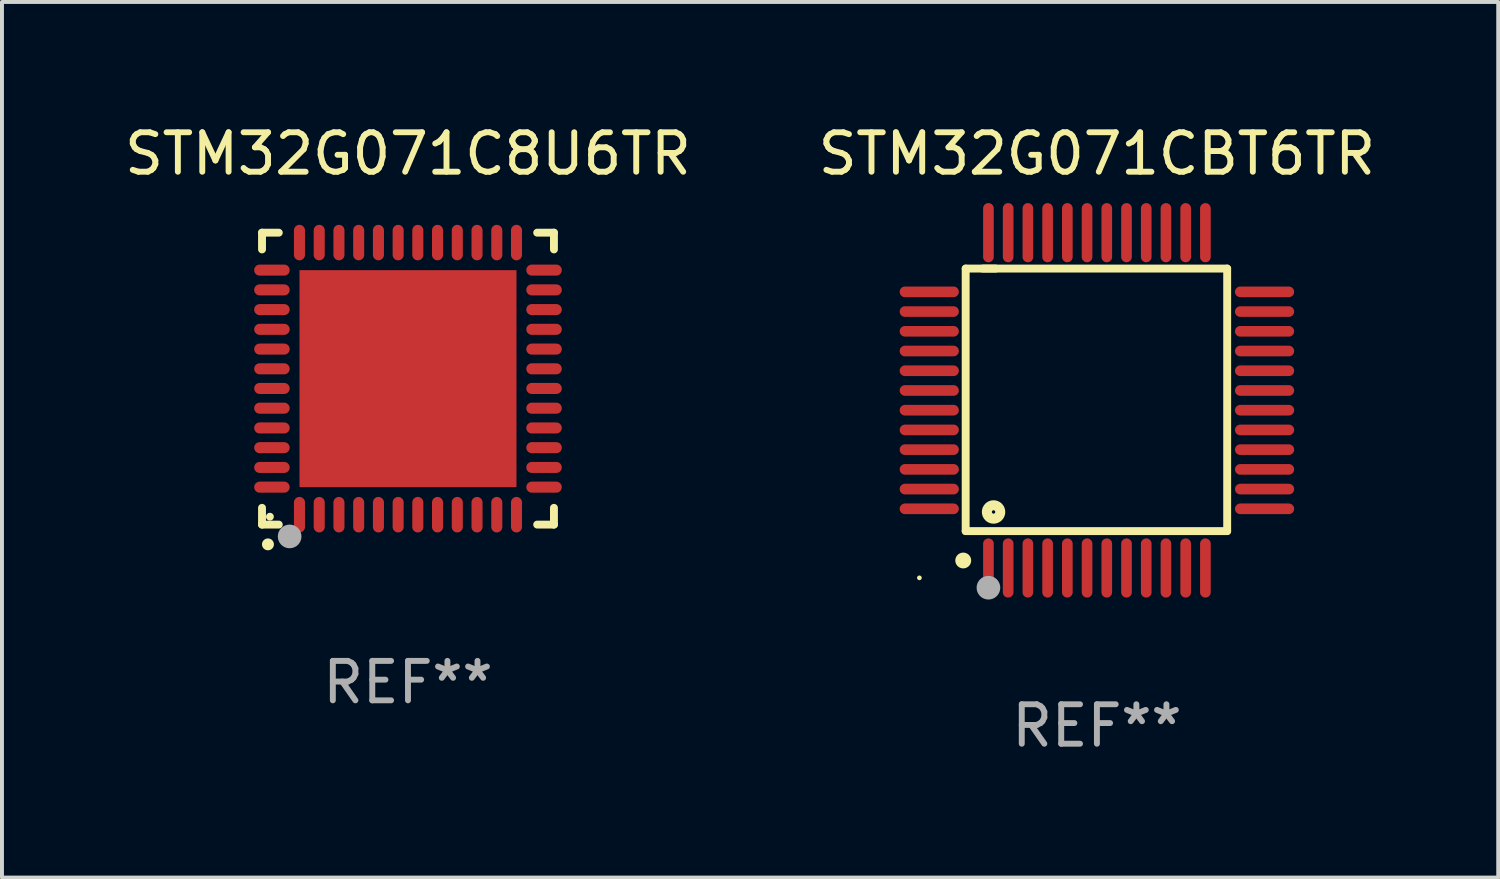
<source format=kicad_pcb>
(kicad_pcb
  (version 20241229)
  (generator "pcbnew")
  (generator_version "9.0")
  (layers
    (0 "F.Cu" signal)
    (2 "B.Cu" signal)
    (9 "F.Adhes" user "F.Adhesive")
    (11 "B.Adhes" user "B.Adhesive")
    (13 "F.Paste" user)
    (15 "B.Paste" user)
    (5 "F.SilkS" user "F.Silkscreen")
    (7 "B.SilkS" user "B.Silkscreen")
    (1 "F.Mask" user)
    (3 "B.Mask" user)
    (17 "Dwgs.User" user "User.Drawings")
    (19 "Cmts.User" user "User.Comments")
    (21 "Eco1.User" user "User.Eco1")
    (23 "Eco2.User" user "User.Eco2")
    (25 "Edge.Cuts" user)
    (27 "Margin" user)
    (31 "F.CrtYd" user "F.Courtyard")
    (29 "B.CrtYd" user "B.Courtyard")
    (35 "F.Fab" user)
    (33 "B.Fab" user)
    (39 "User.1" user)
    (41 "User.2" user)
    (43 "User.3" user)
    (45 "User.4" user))
  (footprint "STM32G071CBT6TR"
    (layer "F.Cu")
    (at 24.756 7.098)
    (property "Reference" "STM32G071CBT6TR" (at 0 -6.25 0) (layer "F.SilkS") (effects (font (size 1 1) (thickness 0.15))))
    (attr through_hole)
    (fp_line (start -3.327 -3.34) (end -2.565 -3.34) (stroke (width 0.2) (type solid)) (layer "F.SilkS"))
    (fp_line (start -3.327 3.315) (end -3.327 -3.34) (stroke (width 0.2) (type solid)) (layer "F.SilkS"))
    (fp_line (start -2.896 -3.34) (end 3.302 -3.34) (stroke (width 0.2) (type solid)) (layer "F.SilkS"))
    (fp_line (start 3.302 -3.34) (end 3.302 3.315) (stroke (width 0.2) (type solid)) (layer "F.SilkS"))
    (fp_line (start 3.302 3.315) (end -3.327 3.315) (stroke (width 0.2) (type solid)) (layer "F.SilkS"))
    (fp_arc (start -3.389992 4.059995) (mid -3.388722 4.059991) (end -3.387452 4.059995) (stroke (width 0.4) (type solid)) (layer "F.SilkS"))
    (fp_circle (center -4.5 4.5) (end -4.47 4.5) (stroke (width 0.06) (type solid)) (fill no) (layer "F.SilkS"))
    (fp_circle (center -2.62 2.83) (end -2.45 2.83) (stroke (width 0.254) (type solid)) (fill no) (layer "F.SilkS"))
    (fp_circle (center -2.75 4.75) (end -2.6 4.75) (stroke (width 0.3) (type solid)) (fill no) (layer "F.Fab"))
    (fp_text user "REF**" (at 0 8.25 0) (layer "F.Fab") (effects (font (size 1 1) (thickness 0.15))))
    (pad "1" smd oval (at -2.75 4.25) (size 0.27 1.5) (layers "F.Cu" "F.Mask" "F.Paste"))
    (pad "2" smd oval (at -2.25 4.25) (size 0.27 1.5) (layers "F.Cu" "F.Mask" "F.Paste"))
    (pad "3" smd oval (at -1.75 4.25) (size 0.27 1.5) (layers "F.Cu" "F.Mask" "F.Paste"))
    (pad "4" smd oval (at -1.25 4.25) (size 0.27 1.5) (layers "F.Cu" "F.Mask" "F.Paste"))
    (pad "5" smd oval (at -0.75 4.25) (size 0.27 1.5) (layers "F.Cu" "F.Mask" "F.Paste"))
    (pad "6" smd oval (at -0.25 4.25) (size 0.27 1.5) (layers "F.Cu" "F.Mask" "F.Paste"))
    (pad "7" smd oval (at 0.25 4.25) (size 0.27 1.5) (layers "F.Cu" "F.Mask" "F.Paste"))
    (pad "8" smd oval (at 0.75 4.25) (size 0.27 1.5) (layers "F.Cu" "F.Mask" "F.Paste"))
    (pad "9" smd oval (at 1.25 4.25) (size 0.27 1.5) (layers "F.Cu" "F.Mask" "F.Paste"))
    (pad "10" smd oval (at 1.75 4.25) (size 0.27 1.5) (layers "F.Cu" "F.Mask" "F.Paste"))
    (pad "11" smd oval (at 2.25 4.25) (size 0.27 1.5) (layers "F.Cu" "F.Mask" "F.Paste"))
    (pad "12" smd oval (at 2.75 4.25) (size 0.27 1.5) (layers "F.Cu" "F.Mask" "F.Paste"))
    (pad "13" smd oval (at 4.25 2.75) (size 1.5 0.27) (layers "F.Cu" "F.Mask" "F.Paste"))
    (pad "14" smd oval (at 4.25 2.25) (size 1.5 0.27) (layers "F.Cu" "F.Mask" "F.Paste"))
    (pad "15" smd oval (at 4.25 1.75) (size 1.5 0.27) (layers "F.Cu" "F.Mask" "F.Paste"))
    (pad "16" smd oval (at 4.25 1.25) (size 1.5 0.27) (layers "F.Cu" "F.Mask" "F.Paste"))
    (pad "17" smd oval (at 4.25 0.75) (size 1.5 0.27) (layers "F.Cu" "F.Mask" "F.Paste"))
    (pad "18" smd oval (at 4.25 0.25) (size 1.5 0.27) (layers "F.Cu" "F.Mask" "F.Paste"))
    (pad "19" smd oval (at 4.25 -0.25) (size 1.5 0.27) (layers "F.Cu" "F.Mask" "F.Paste"))
    (pad "20" smd oval (at 4.25 -0.75) (size 1.5 0.27) (layers "F.Cu" "F.Mask" "F.Paste"))
    (pad "21" smd oval (at 4.25 -1.25) (size 1.5 0.27) (layers "F.Cu" "F.Mask" "F.Paste"))
    (pad "22" smd oval (at 4.25 -1.75) (size 1.5 0.27) (layers "F.Cu" "F.Mask" "F.Paste"))
    (pad "23" smd oval (at 4.25 -2.25) (size 1.5 0.27) (layers "F.Cu" "F.Mask" "F.Paste"))
    (pad "24" smd oval (at 4.25 -2.75) (size 1.5 0.27) (layers "F.Cu" "F.Mask" "F.Paste"))
    (pad "25" smd oval (at 2.75 -4.25) (size 0.27 1.5) (layers "F.Cu" "F.Mask" "F.Paste"))
    (pad "26" smd oval (at 2.25 -4.25) (size 0.27 1.5) (layers "F.Cu" "F.Mask" "F.Paste"))
    (pad "27" smd oval (at 1.75 -4.25) (size 0.27 1.5) (layers "F.Cu" "F.Mask" "F.Paste"))
    (pad "28" smd oval (at 1.25 -4.25) (size 0.27 1.5) (layers "F.Cu" "F.Mask" "F.Paste"))
    (pad "29" smd oval (at 0.75 -4.25) (size 0.27 1.5) (layers "F.Cu" "F.Mask" "F.Paste"))
    (pad "30" smd oval (at 0.25 -4.25) (size 0.27 1.5) (layers "F.Cu" "F.Mask" "F.Paste"))
    (pad "31" smd oval (at -0.25 -4.25) (size 0.27 1.5) (layers "F.Cu" "F.Mask" "F.Paste"))
    (pad "32" smd oval (at -0.75 -4.25) (size 0.27 1.5) (layers "F.Cu" "F.Mask" "F.Paste"))
    (pad "33" smd oval (at -1.25 -4.25) (size 0.27 1.5) (layers "F.Cu" "F.Mask" "F.Paste"))
    (pad "34" smd oval (at -1.75 -4.25) (size 0.27 1.5) (layers "F.Cu" "F.Mask" "F.Paste"))
    (pad "35" smd oval (at -2.25 -4.25) (size 0.27 1.5) (layers "F.Cu" "F.Mask" "F.Paste"))
    (pad "36" smd oval (at -2.75 -4.25) (size 0.27 1.5) (layers "F.Cu" "F.Mask" "F.Paste"))
    (pad "37" smd oval (at -4.25 -2.75) (size 1.5 0.27) (layers "F.Cu" "F.Mask" "F.Paste"))
    (pad "38" smd oval (at -4.25 -2.25) (size 1.5 0.27) (layers "F.Cu" "F.Mask" "F.Paste"))
    (pad "39" smd oval (at -4.25 -1.75) (size 1.5 0.27) (layers "F.Cu" "F.Mask" "F.Paste"))
    (pad "40" smd oval (at -4.25 -1.25) (size 1.5 0.27) (layers "F.Cu" "F.Mask" "F.Paste"))
    (pad "41" smd oval (at -4.25 -0.75) (size 1.5 0.27) (layers "F.Cu" "F.Mask" "F.Paste"))
    (pad "42" smd oval (at -4.25 -0.25) (size 1.5 0.27) (layers "F.Cu" "F.Mask" "F.Paste"))
    (pad "43" smd oval (at -4.25 0.25) (size 1.5 0.27) (layers "F.Cu" "F.Mask" "F.Paste"))
    (pad "44" smd oval (at -4.25 0.75) (size 1.5 0.27) (layers "F.Cu" "F.Mask" "F.Paste"))
    (pad "45" smd oval (at -4.25 1.25) (size 1.5 0.27) (layers "F.Cu" "F.Mask" "F.Paste"))
    (pad "46" smd oval (at -4.25 1.75) (size 1.5 0.27) (layers "F.Cu" "F.Mask" "F.Paste"))
    (pad "47" smd oval (at -4.25 2.25) (size 1.5 0.27) (layers "F.Cu" "F.Mask" "F.Paste"))
    (pad "48" smd oval (at -4.25 2.75) (size 1.5 0.27) (layers "F.Cu" "F.Mask" "F.Paste")))
  (footprint "STM32G071C8U6TR"
    (layer "F.Cu")
    (at 7.292 6.548)
    (property "Reference" "STM32G071C8U6TR" (at 0 -5.7 0) (layer "F.SilkS") (effects (font (size 1 1) (thickness 0.15))))
    (attr through_hole)
    (fp_line (start -3.7 -3.7) (end -3.275 -3.7) (stroke (width 0.2) (type solid)) (layer "F.SilkS"))
    (fp_line (start -3.7 -3.275) (end -3.7 -3.7) (stroke (width 0.2) (type solid)) (layer "F.SilkS"))
    (fp_line (start -3.7 3.7) (end -3.7 3.275) (stroke (width 0.2) (type solid)) (layer "F.SilkS"))
    (fp_line (start -3.275 3.7) (end -3.7 3.7) (stroke (width 0.2) (type solid)) (layer "F.SilkS"))
    (fp_line (start 3.7 -3.7) (end 3.275 -3.7) (stroke (width 0.2) (type solid)) (layer "F.SilkS"))
    (fp_line (start 3.7 -3.275) (end 3.7 -3.7) (stroke (width 0.2) (type solid)) (layer "F.SilkS"))
    (fp_line (start 3.7 3.275) (end 3.7 3.7) (stroke (width 0.2) (type solid)) (layer "F.SilkS"))
    (fp_line (start 3.7 3.7) (end 3.275 3.7) (stroke (width 0.2) (type solid)) (layer "F.SilkS"))
    (fp_arc (start -3.550927 4.201168) (mid -3.549657 4.201163) (end -3.548387 4.201168) (stroke (width 0.3) (type solid)) (layer "F.SilkS"))
    (fp_circle (center -3.5 3.5) (end -3.45 3.5) (stroke (width 0.1) (type solid)) (fill no) (layer "F.SilkS"))
    (fp_circle (center -3 4) (end -2.85 4) (stroke (width 0.3) (type solid)) (fill no) (layer "F.Fab"))
    (fp_text user "REF**" (at 0 7.7 0) (layer "F.Fab") (effects (font (size 1 1) (thickness 0.15))))
    (pad "1" smd oval (at -2.751 3.449) (size 0.28 0.9) (layers "F.Cu" "F.Mask" "F.Paste"))
    (pad "2" smd oval (at -2.25 3.449) (size 0.28 0.9) (layers "F.Cu" "F.Mask" "F.Paste"))
    (pad "3" smd oval (at -1.75 3.449) (size 0.28 0.9) (layers "F.Cu" "F.Mask" "F.Paste"))
    (pad "4" smd oval (at -1.25 3.449) (size 0.28 0.9) (layers "F.Cu" "F.Mask" "F.Paste"))
    (pad "5" smd oval (at -0.749 3.449) (size 0.28 0.9) (layers "F.Cu" "F.Mask" "F.Paste"))
    (pad "6" smd oval (at -0.249 3.449) (size 0.28 0.9) (layers "F.Cu" "F.Mask" "F.Paste"))
    (pad "7" smd oval (at 0.249 3.449) (size 0.28 0.9) (layers "F.Cu" "F.Mask" "F.Paste"))
    (pad "8" smd oval (at 0.749 3.449) (size 0.28 0.9) (layers "F.Cu" "F.Mask" "F.Paste"))
    (pad "9" smd oval (at 1.25 3.449) (size 0.28 0.9) (layers "F.Cu" "F.Mask" "F.Paste"))
    (pad "10" smd oval (at 1.75 3.449) (size 0.28 0.9) (layers "F.Cu" "F.Mask" "F.Paste"))
    (pad "11" smd oval (at 2.251 3.449) (size 0.28 0.9) (layers "F.Cu" "F.Mask" "F.Paste"))
    (pad "12" smd oval (at 2.751 3.449) (size 0.28 0.9) (layers "F.Cu" "F.Mask" "F.Paste"))
    (pad "13" smd oval (at 3.449 2.751) (size 0.9 0.28) (layers "F.Cu" "F.Mask" "F.Paste"))
    (pad "14" smd oval (at 3.449 2.251) (size 0.9 0.28) (layers "F.Cu" "F.Mask" "F.Paste"))
    (pad "15" smd oval (at 3.449 1.75) (size 0.9 0.28) (layers "F.Cu" "F.Mask" "F.Paste"))
    (pad "16" smd oval (at 3.449 1.25) (size 0.9 0.28) (layers "F.Cu" "F.Mask" "F.Paste"))
    (pad "17" smd oval (at 3.449 0.749) (size 0.9 0.28) (layers "F.Cu" "F.Mask" "F.Paste"))
    (pad "18" smd oval (at 3.449 0.249) (size 0.9 0.28) (layers "F.Cu" "F.Mask" "F.Paste"))
    (pad "19" smd oval (at 3.449 -0.249) (size 0.9 0.28) (layers "F.Cu" "F.Mask" "F.Paste"))
    (pad "20" smd oval (at 3.449 -0.749) (size 0.9 0.28) (layers "F.Cu" "F.Mask" "F.Paste"))
    (pad "21" smd oval (at 3.449 -1.25) (size 0.9 0.28) (layers "F.Cu" "F.Mask" "F.Paste"))
    (pad "22" smd oval (at 3.449 -1.75) (size 0.9 0.28) (layers "F.Cu" "F.Mask" "F.Paste"))
    (pad "23" smd oval (at 3.449 -2.25) (size 0.9 0.28) (layers "F.Cu" "F.Mask" "F.Paste"))
    (pad "24" smd oval (at 3.449 -2.751) (size 0.9 0.28) (layers "F.Cu" "F.Mask" "F.Paste"))
    (pad "25" smd oval (at 2.751 -3.449) (size 0.28 0.9) (layers "F.Cu" "F.Mask" "F.Paste"))
    (pad "26" smd oval (at 2.251 -3.449) (size 0.28 0.9) (layers "F.Cu" "F.Mask" "F.Paste"))
    (pad "27" smd oval (at 1.75 -3.449) (size 0.28 0.9) (layers "F.Cu" "F.Mask" "F.Paste"))
    (pad "28" smd oval (at 1.25 -3.449) (size 0.28 0.9) (layers "F.Cu" "F.Mask" "F.Paste"))
    (pad "29" smd oval (at 0.749 -3.449) (size 0.28 0.9) (layers "F.Cu" "F.Mask" "F.Paste"))
    (pad "30" smd oval (at 0.249 -3.449) (size 0.28 0.9) (layers "F.Cu" "F.Mask" "F.Paste"))
    (pad "31" smd oval (at -0.249 -3.449) (size 0.28 0.9) (layers "F.Cu" "F.Mask" "F.Paste"))
    (pad "32" smd oval (at -0.749 -3.449) (size 0.28 0.9) (layers "F.Cu" "F.Mask" "F.Paste"))
    (pad "33" smd oval (at -1.25 -3.449) (size 0.28 0.9) (layers "F.Cu" "F.Mask" "F.Paste"))
    (pad "34" smd oval (at -1.75 -3.449) (size 0.28 0.9) (layers "F.Cu" "F.Mask" "F.Paste"))
    (pad "35" smd oval (at -2.25 -3.449) (size 0.28 0.9) (layers "F.Cu" "F.Mask" "F.Paste"))
    (pad "36" smd oval (at -2.751 -3.449) (size 0.28 0.9) (layers "F.Cu" "F.Mask" "F.Paste"))
    (pad "37" smd oval (at -3.449 -2.751) (size 0.9 0.28) (layers "F.Cu" "F.Mask" "F.Paste"))
    (pad "38" smd oval (at -3.449 -2.25) (size 0.9 0.28) (layers "F.Cu" "F.Mask" "F.Paste"))
    (pad "39" smd oval (at -3.449 -1.75) (size 0.9 0.28) (layers "F.Cu" "F.Mask" "F.Paste"))
    (pad "40" smd oval (at -3.449 -1.25) (size 0.9 0.28) (layers "F.Cu" "F.Mask" "F.Paste"))
    (pad "41" smd oval (at -3.449 -0.749) (size 0.9 0.28) (layers "F.Cu" "F.Mask" "F.Paste"))
    (pad "42" smd oval (at -3.449 -0.249) (size 0.9 0.28) (layers "F.Cu" "F.Mask" "F.Paste"))
    (pad "43" smd oval (at -3.449 0.249) (size 0.9 0.28) (layers "F.Cu" "F.Mask" "F.Paste"))
    (pad "44" smd oval (at -3.449 0.749) (size 0.9 0.28) (layers "F.Cu" "F.Mask" "F.Paste"))
    (pad "45" smd oval (at -3.449 1.25) (size 0.9 0.28) (layers "F.Cu" "F.Mask" "F.Paste"))
    (pad "46" smd oval (at -3.449 1.75) (size 0.9 0.28) (layers "F.Cu" "F.Mask" "F.Paste"))
    (pad "47" smd oval (at -3.449 2.251) (size 0.9 0.28) (layers "F.Cu" "F.Mask" "F.Paste"))
    (pad "48" smd oval (at -3.449 2.751) (size 0.9 0.28) (layers "F.Cu" "F.Mask" "F.Paste"))
    (pad "49" smd rect (at 0.000076 0.000076) (size 5.5 5.5) (layers "F.Cu" "F.Mask" "F.Paste")))
  (gr_rect
    (start -3 -3)
    (end 34.929 19.196)
    (stroke (width 0.1) (type default))
    (fill no)
    (layer "Edge.Cuts")))
</source>
